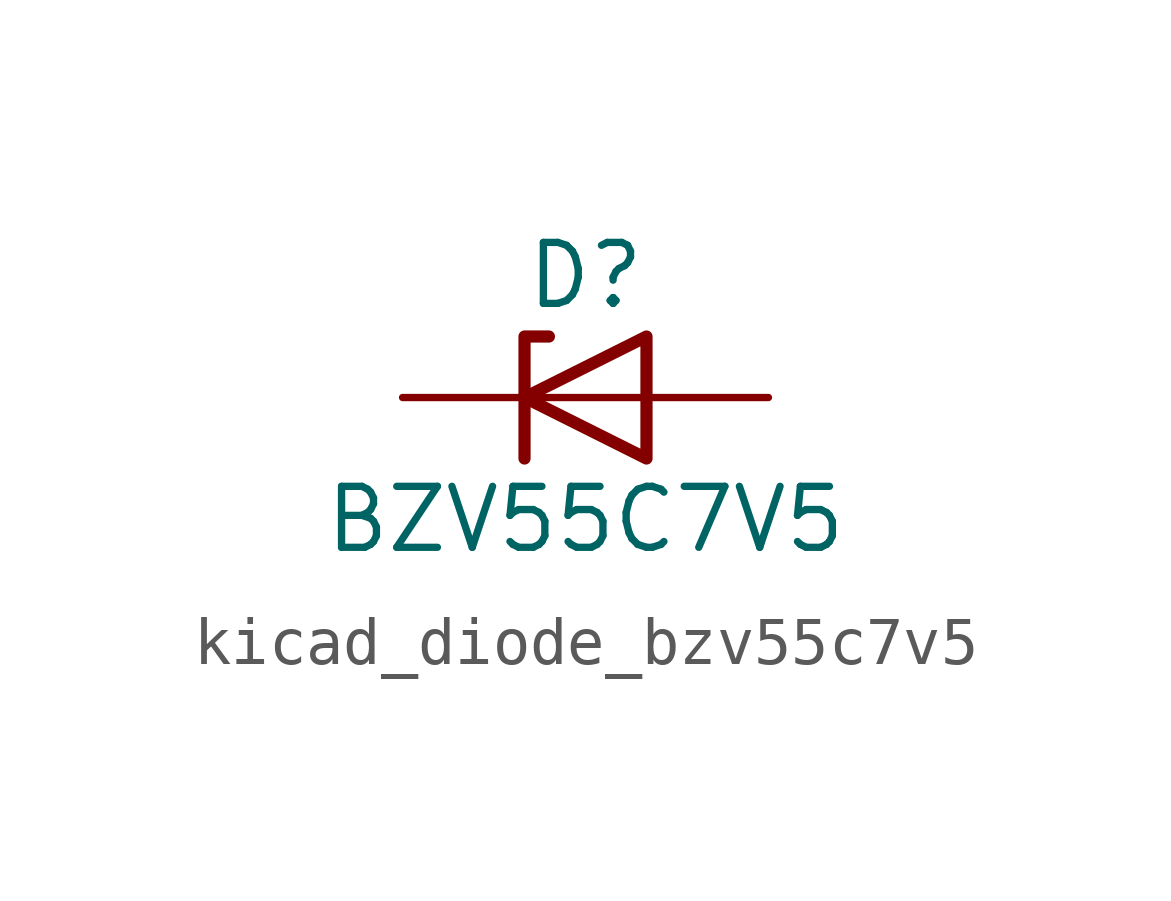
<source format=kicad_sym>
(kicad_symbol_lib
  (version 20220914)
  (generator kicad_symbol_editor)
  (symbol "kicad_diode_bzv55c7v5"
    (pin_numbers hide)
    (pin_names hide)
    (property "Reference" "D"
      (at 0 2.54 0)
      (effects (font (size 1.27 1.27))))
    (property "Value" "BZV55C7V5"
      (at 0 -2.54 0)
      (effects (font (size 1.27 1.27))))
    (symbol "kicad_diode_bzv55c7v5_0_1"
      (polyline (pts (xy 1.27 0) (xy -1.27 0)) (stroke (width 0) (type default)) (fill (type none)))
      (polyline (pts (xy -1.27 -1.27) (xy -1.27 1.27) (xy -0.762 1.27)) (stroke (width 0.254) (type default)) (fill (type none)))
      (polyline (pts (xy 1.27 -1.27) (xy 1.27 1.27) (xy -1.27 0) (xy 1.27 -1.27)) (stroke (width 0.254) (type default)) (fill (type none))))
    (symbol "kicad_diode_bzv55c7v5_1_1"
      (pin passive line (at -3.81 0 0) (length 2.54) (name "K" (effects (font (size 1.27 1.27)))) (number "1" (effects (font (size 1.27 1.27)))))
      (pin passive line (at 3.81 0 180) (length 2.54) (name "A" (effects (font (size 1.27 1.27)))) (number "2" (effects (font (size 1.27 1.27))))))))
</source>
